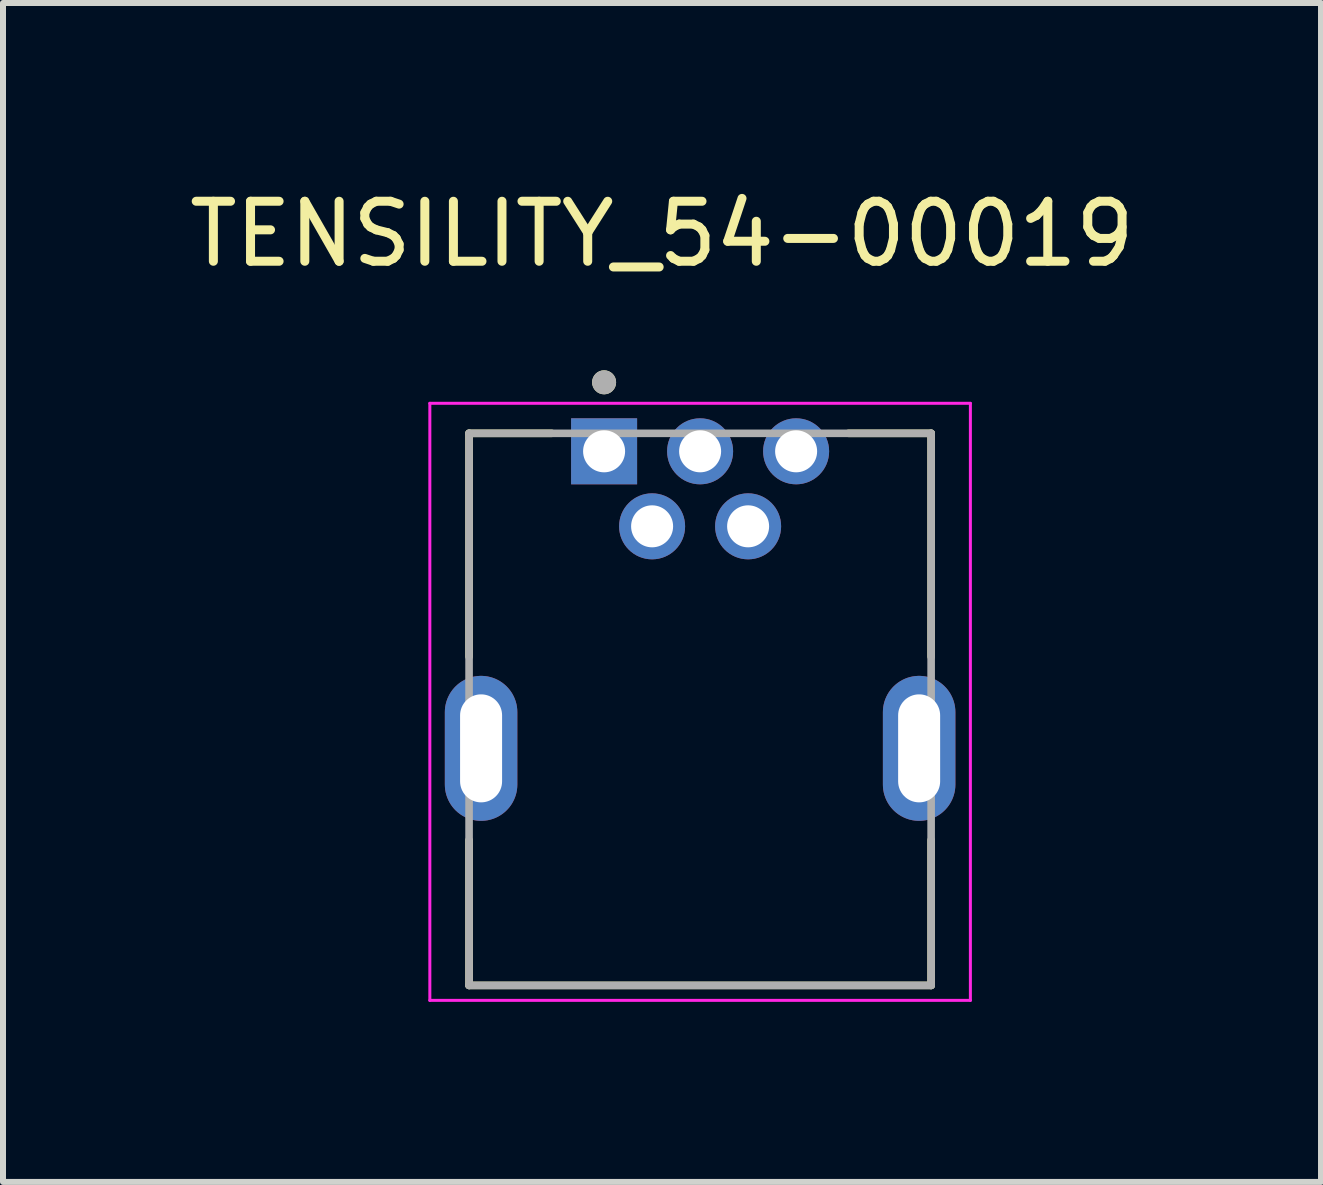
<source format=kicad_pcb>
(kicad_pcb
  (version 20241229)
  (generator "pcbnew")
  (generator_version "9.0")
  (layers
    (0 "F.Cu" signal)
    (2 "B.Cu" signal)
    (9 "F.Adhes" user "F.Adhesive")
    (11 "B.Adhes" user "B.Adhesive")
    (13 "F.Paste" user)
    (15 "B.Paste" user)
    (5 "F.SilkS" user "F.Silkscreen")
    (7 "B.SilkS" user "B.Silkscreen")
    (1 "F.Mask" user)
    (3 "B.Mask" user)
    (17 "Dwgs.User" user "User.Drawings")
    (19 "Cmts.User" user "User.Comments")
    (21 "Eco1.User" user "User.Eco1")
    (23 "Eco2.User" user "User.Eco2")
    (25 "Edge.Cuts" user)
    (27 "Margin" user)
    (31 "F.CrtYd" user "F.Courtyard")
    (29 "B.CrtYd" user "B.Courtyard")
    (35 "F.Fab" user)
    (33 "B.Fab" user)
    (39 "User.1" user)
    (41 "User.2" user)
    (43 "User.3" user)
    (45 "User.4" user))
  (footprint "TENSILITY_54-00019"
    (layer "F.Cu")
    (at 8.617 9.421)
    (property "Reference" "TENSILITY_54-00019" (at -0.635 -8.572 0) (layer "F.SilkS") (effects (font (size 1 1) (thickness 0.15))))
    (attr through_hole)
    (fp_line (start -3.85 -5.25) (end -2.474 -5.25) (stroke (width 0.127) (type solid)) (layer "F.SilkS"))
    (fp_line (start -3.85 -1.528) (end -3.85 -5.25) (stroke (width 0.127) (type solid)) (layer "F.SilkS"))
    (fp_line (start -3.85 3.95) (end -3.85 1.528) (stroke (width 0.127) (type solid)) (layer "F.SilkS"))
    (fp_line (start 2.474 -5.25) (end 3.85 -5.25) (stroke (width 0.127) (type solid)) (layer "F.SilkS"))
    (fp_line (start 3.85 -5.25) (end 3.85 -1.528) (stroke (width 0.127) (type solid)) (layer "F.SilkS"))
    (fp_line (start 3.85 3.95) (end -3.85 3.95) (stroke (width 0.127) (type solid)) (layer "F.SilkS"))
    (fp_line (start 3.85 3.95) (end 3.85 1.528) (stroke (width 0.127) (type solid)) (layer "F.SilkS"))
    (fp_circle (center -1.6 -6.1) (end -1.5 -6.1) (stroke (width 0.2) (type solid)) (fill no) (layer "F.SilkS"))
    (fp_line (start -4.504 -5.75) (end -4.504 4.2) (stroke (width 0.05) (type solid)) (layer "F.CrtYd"))
    (fp_line (start -4.504 4.2) (end 4.504 4.2) (stroke (width 0.05) (type solid)) (layer "F.CrtYd"))
    (fp_line (start 4.504 -5.75) (end -4.504 -5.75) (stroke (width 0.05) (type solid)) (layer "F.CrtYd"))
    (fp_line (start 4.504 4.2) (end 4.504 -5.75) (stroke (width 0.05) (type solid)) (layer "F.CrtYd"))
    (fp_line (start -3.85 -5.25) (end 3.85 -5.25) (stroke (width 0.127) (type solid)) (layer "F.Fab"))
    (fp_line (start -3.85 3.95) (end -3.85 -5.25) (stroke (width 0.127) (type solid)) (layer "F.Fab"))
    (fp_line (start 3.85 -5.25) (end 3.85 3.95) (stroke (width 0.127) (type solid)) (layer "F.Fab"))
    (fp_line (start 3.85 3.95) (end -3.85 3.95) (stroke (width 0.127) (type solid)) (layer "F.Fab"))
    (fp_circle (center -1.6 -6.1) (end -1.5 -6.1) (stroke (width 0.2) (type solid)) (fill no) (layer "F.Fab"))
    (pad "1" thru_hole rect (at -1.6 -4.95) (size 1.1 1.1) (drill 0.7) (layers "*.Cu" "*.Mask"))
    (pad "2" thru_hole circle (at -0.8 -3.7) (size 1.1 1.1) (drill 0.7) (layers "*.Cu" "*.Mask"))
    (pad "3" thru_hole circle (at 0 -4.95) (size 1.1 1.1) (drill 0.7) (layers "*.Cu" "*.Mask"))
    (pad "4" thru_hole circle (at 0.8 -3.7) (size 1.1 1.1) (drill 0.7) (layers "*.Cu" "*.Mask"))
    (pad "5" thru_hole circle (at 1.6 -4.95) (size 1.1 1.1) (drill 0.7) (layers "*.Cu" "*.Mask"))
    (pad "SH1" thru_hole oval (at -3.65 0) (size 1.208 2.416) (drill oval 0.7 1.8) (layers "*.Cu" "*.Mask"))
    (pad "SH2" thru_hole oval (at 3.65 0) (size 1.208 2.416) (drill oval 0.7 1.8) (layers "*.Cu" "*.Mask")))
  (gr_rect
    (start -3 -3)
    (end 18.964 16.646)
    (stroke (width 0.1) (type default))
    (fill no)
    (layer "Edge.Cuts")))
</source>
